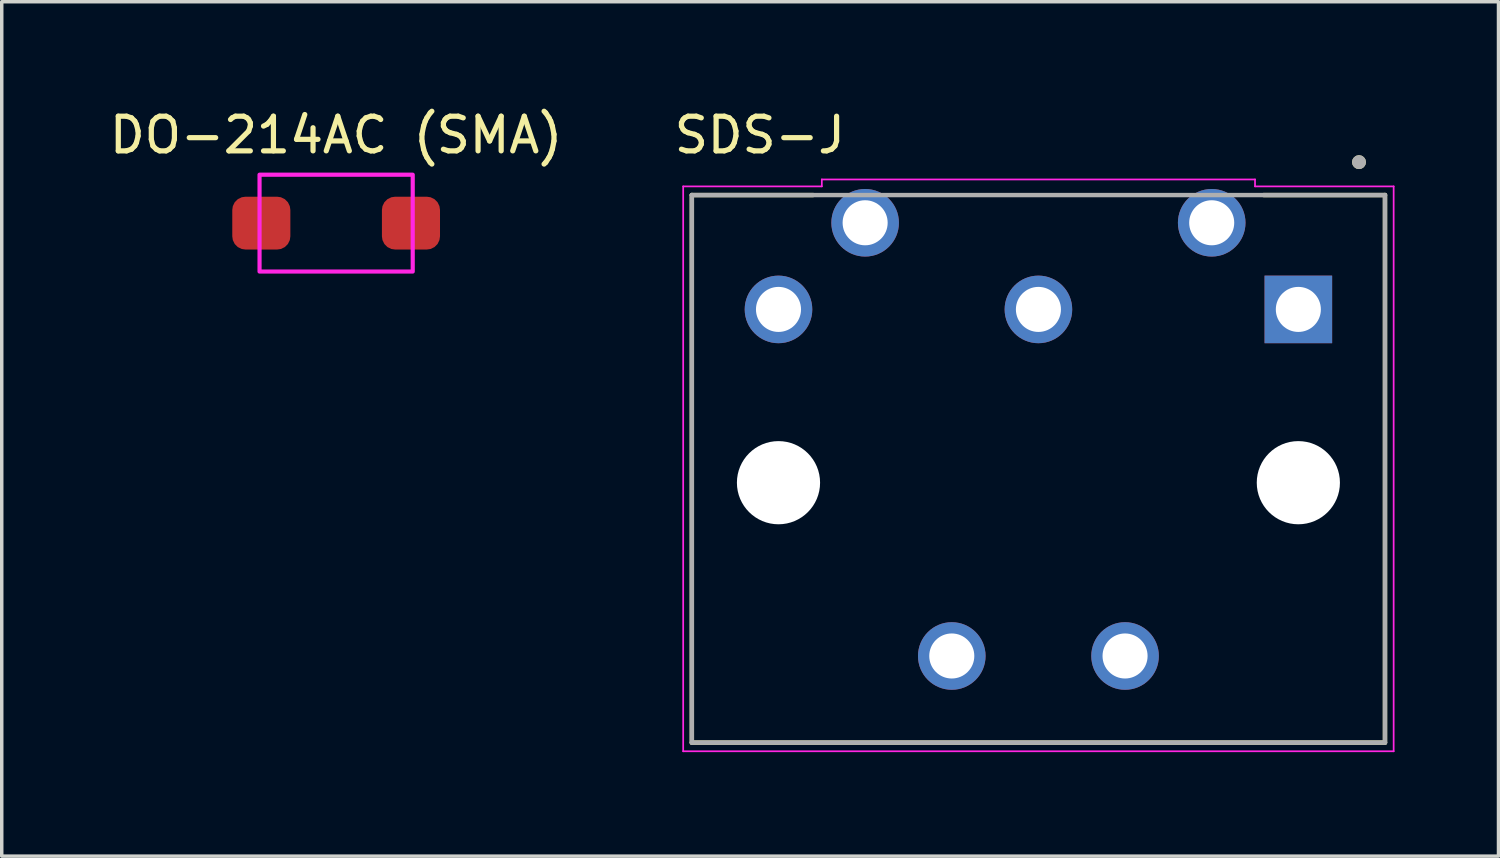
<source format=kicad_pcb>
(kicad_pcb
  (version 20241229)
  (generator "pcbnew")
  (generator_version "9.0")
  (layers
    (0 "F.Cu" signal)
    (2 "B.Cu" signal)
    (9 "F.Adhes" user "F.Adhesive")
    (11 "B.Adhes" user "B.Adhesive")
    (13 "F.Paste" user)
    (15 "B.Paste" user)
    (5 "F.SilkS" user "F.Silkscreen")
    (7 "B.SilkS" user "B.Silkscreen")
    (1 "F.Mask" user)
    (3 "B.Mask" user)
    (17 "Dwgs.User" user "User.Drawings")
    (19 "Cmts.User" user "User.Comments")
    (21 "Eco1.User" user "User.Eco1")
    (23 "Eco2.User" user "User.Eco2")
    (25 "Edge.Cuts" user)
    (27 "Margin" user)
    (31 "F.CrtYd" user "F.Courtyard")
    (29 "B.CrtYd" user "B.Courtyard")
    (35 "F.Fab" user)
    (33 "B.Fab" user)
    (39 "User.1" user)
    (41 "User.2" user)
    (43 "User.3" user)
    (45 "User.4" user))
  (footprint "DO-214AC (SMA)"
    (layer "F.Cu")
    (at 6.649 3.388)
    (property "Reference" "DO-214AC (SMA)" (at 0 -2.54 0) (unlocked yes) (layer "F.SilkS") (effects (font (size 1 1) (thickness 0.15))))
    (attr smd)
    (fp_rect (start -2.21 -1.397) (end 2.21 1.397) (stroke (width 0.12) (type solid)) (fill no) (layer "F.CrtYd"))
    (pad "1" smd roundrect (at -2.159 0 90) (size 1.524 1.676) (layers "F.Cu" "F.Mask" "F.Paste") (roundrect_rratio 0.25))
    (pad "2" smd roundrect (at 2.159 0 90) (size 1.524 1.676) (layers "F.Cu" "F.Mask" "F.Paste") (roundrect_rratio 0.25)))
  (footprint "SDS-J"
    (layer "F.Cu")
    (at 27.003 10.754)
    (property "Reference" "SDS-J" (at -8.128 -9.906 0) (unlocked yes) (layer "F.SilkS") (effects (font (size 1 1) (thickness 0.15))))
    (attr smd)
    (fp_line (start -10.09 -8.176) (end -6.59 -8.176) (stroke (width 0.127) (type solid)) (layer "F.SilkS"))
    (fp_line (start -10.09 7.624) (end -10.09 -8.176) (stroke (width 0.127) (type solid)) (layer "F.SilkS"))
    (fp_line (start -10.09 7.624) (end 9.91 7.624) (stroke (width 0.127) (type solid)) (layer "F.SilkS"))
    (fp_line (start 6.41 -8.176) (end 9.91 -8.176) (stroke (width 0.127) (type solid)) (layer "F.SilkS"))
    (fp_line (start 9.91 -8.176) (end 9.91 7.624) (stroke (width 0.127) (type solid)) (layer "F.SilkS"))
    (fp_circle (center 9.16 -9.126) (end 9.26 -9.126) (stroke (width 0.2) (type solid)) (fill no) (layer "F.SilkS"))
    (fp_line (start -10.34 -8.426) (end -6.34 -8.426) (stroke (width 0.05) (type solid)) (layer "F.CrtYd"))
    (fp_line (start -10.34 7.874) (end -10.34 -8.426) (stroke (width 0.05) (type solid)) (layer "F.CrtYd"))
    (fp_line (start -6.34 -8.626) (end 6.16 -8.626) (stroke (width 0.05) (type solid)) (layer "F.CrtYd"))
    (fp_line (start -6.34 -8.426) (end -6.34 -8.626) (stroke (width 0.05) (type solid)) (layer "F.CrtYd"))
    (fp_line (start 6.16 -8.626) (end 6.16 -8.426) (stroke (width 0.05) (type solid)) (layer "F.CrtYd"))
    (fp_line (start 6.16 -8.426) (end 10.16 -8.426) (stroke (width 0.05) (type solid)) (layer "F.CrtYd"))
    (fp_line (start 10.16 -8.426) (end 10.16 7.874) (stroke (width 0.05) (type solid)) (layer "F.CrtYd"))
    (fp_line (start 10.16 7.874) (end -10.34 7.874) (stroke (width 0.05) (type solid)) (layer "F.CrtYd"))
    (fp_line (start -10.09 -8.176) (end 9.91 -8.176) (stroke (width 0.127) (type solid)) (layer "F.Fab"))
    (fp_line (start -10.09 7.624) (end -10.09 -8.176) (stroke (width 0.127) (type solid)) (layer "F.Fab"))
    (fp_line (start 9.91 -8.176) (end 9.91 7.624) (stroke (width 0.127) (type solid)) (layer "F.Fab"))
    (fp_line (start 9.91 7.624) (end -10.09 7.624) (stroke (width 0.127) (type solid)) (layer "F.Fab"))
    (fp_circle (center 9.16 -9.126) (end 9.26 -9.126) (stroke (width 0.2) (type solid)) (fill no) (layer "F.Fab"))
    (pad "" np_thru_hole circle (at -7.59 0.124) (size 2.4 2.4) (drill 2.4) (layers "*.Cu" "*.Mask"))
    (pad "" np_thru_hole circle (at 7.41 0.124) (size 2.4 2.4) (drill 2.4) (layers "*.Cu" "*.Mask"))
    (pad "1" thru_hole rect (at 7.41 -4.876) (size 1.95 1.95) (drill 1.3) (layers "*.Cu" "*.Mask"))
    (pad "2" thru_hole circle (at -0.09 -4.876) (size 1.95 1.95) (drill 1.3) (layers "*.Cu" "*.Mask"))
    (pad "3" thru_hole circle (at -7.59 -4.876) (size 1.95 1.95) (drill 1.3) (layers "*.Cu" "*.Mask"))
    (pad "4" thru_hole circle (at 4.91 -7.376) (size 1.95 1.95) (drill 1.3) (layers "*.Cu" "*.Mask"))
    (pad "5" thru_hole circle (at -5.09 -7.376) (size 1.95 1.95) (drill 1.3) (layers "*.Cu" "*.Mask"))
    (pad "E1" thru_hole circle (at -2.59 5.124) (size 1.95 1.95) (drill 1.3) (layers "*.Cu" "*.Mask"))
    (pad "E2" thru_hole circle (at 2.41 5.124) (size 1.95 1.95) (drill 1.3) (layers "*.Cu" "*.Mask")))
  (gr_rect
    (start -3 -3)
    (end 40.188 21.653)
    (stroke (width 0.1) (type default))
    (fill no)
    (layer "Edge.Cuts")))
</source>
